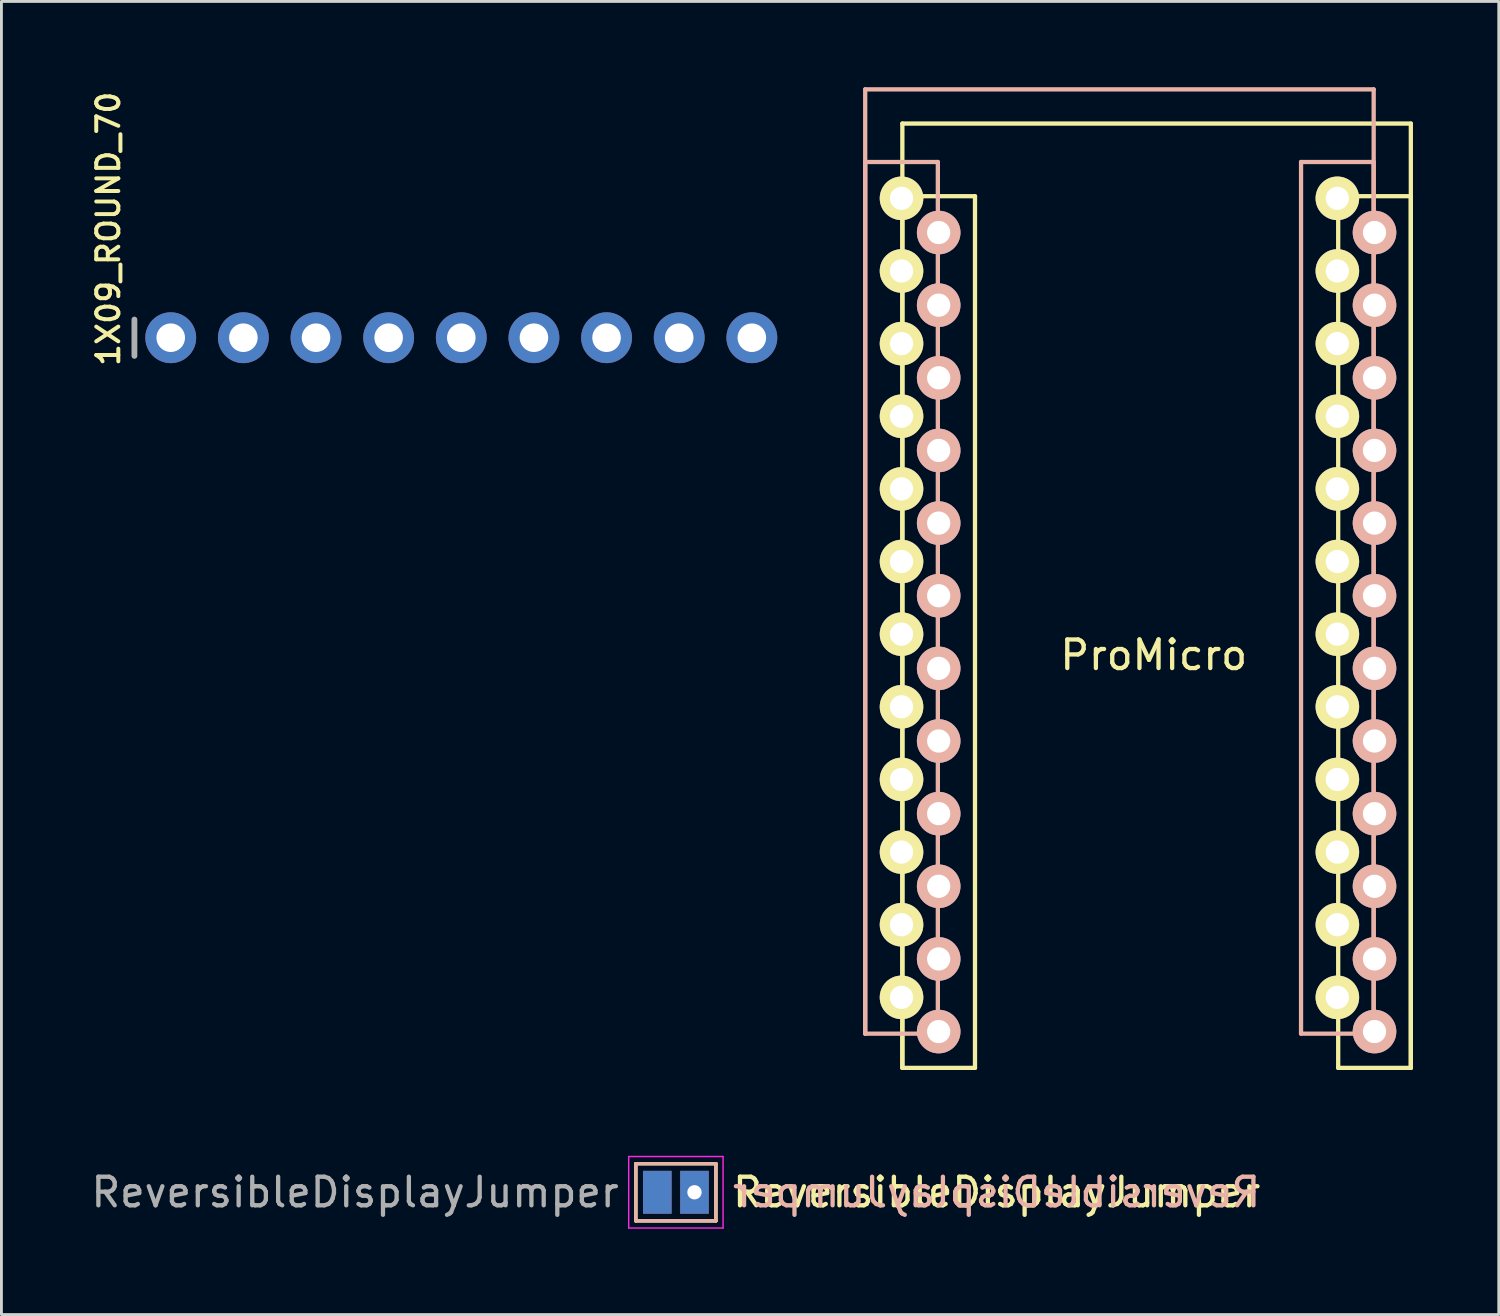
<source format=kicad_pcb>
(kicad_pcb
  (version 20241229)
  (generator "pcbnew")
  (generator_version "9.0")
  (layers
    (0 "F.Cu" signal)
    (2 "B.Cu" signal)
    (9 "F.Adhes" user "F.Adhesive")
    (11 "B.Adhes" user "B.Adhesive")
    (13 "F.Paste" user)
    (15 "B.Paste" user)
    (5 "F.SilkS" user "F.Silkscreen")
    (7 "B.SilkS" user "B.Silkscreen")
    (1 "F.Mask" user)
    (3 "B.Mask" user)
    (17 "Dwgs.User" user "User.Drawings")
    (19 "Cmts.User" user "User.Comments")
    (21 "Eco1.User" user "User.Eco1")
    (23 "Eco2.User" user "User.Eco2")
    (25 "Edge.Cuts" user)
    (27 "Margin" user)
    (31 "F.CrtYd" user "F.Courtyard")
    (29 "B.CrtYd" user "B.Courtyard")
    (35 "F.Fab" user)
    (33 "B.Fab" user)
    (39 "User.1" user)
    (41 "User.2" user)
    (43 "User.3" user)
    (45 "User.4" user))
  (footprint "ReversibleDisplayJumper"
    (layer "F.Cu")
    (at 20.584 38.641)
    (property "Reference" "ReversibleDisplayJumper" (at -1.905 0 0) (layer "F.Fab") (effects (font (size 1 1) (thickness 0.15)) (justify right)))
    (property "Value" "ReversibleDisplayJumper" (at 0 1.9 0) (layer "F.Fab") (hide yes) (effects (font (size 1 1) (thickness 0.15))))
    (attr exclude_from_pos_files exclude_from_bom)
    (fp_line (start -1.4 -1) (end 1.4 -1) (stroke (width 0.12) (type solid)) (layer "F.SilkS"))
    (fp_line (start -1.4 1) (end -1.4 -1) (stroke (width 0.12) (type solid)) (layer "F.SilkS"))
    (fp_line (start 1.4 -1) (end 1.4 1) (stroke (width 0.12) (type solid)) (layer "F.SilkS"))
    (fp_line (start 1.4 1) (end -1.4 1) (stroke (width 0.12) (type solid)) (layer "F.SilkS"))
    (fp_line (start -1.4 -1) (end -1.4 1) (stroke (width 0.12) (type solid)) (layer "B.SilkS"))
    (fp_line (start -1.4 1) (end 1.4 1) (stroke (width 0.12) (type solid)) (layer "B.SilkS"))
    (fp_line (start 1.4 -1) (end -1.4 -1) (stroke (width 0.12) (type solid)) (layer "B.SilkS"))
    (fp_line (start 1.4 1) (end 1.4 -1) (stroke (width 0.12) (type solid)) (layer "B.SilkS"))
    (fp_line (start -1.65 -1.25) (end -1.65 1.25) (stroke (width 0.05) (type solid)) (layer "F.CrtYd"))
    (fp_line (start -1.65 -1.25) (end 1.65 -1.25) (stroke (width 0.05) (type solid)) (layer "F.CrtYd"))
    (fp_line (start 1.65 1.25) (end -1.65 1.25) (stroke (width 0.05) (type solid)) (layer "F.CrtYd"))
    (fp_line (start 1.65 1.25) (end 1.65 -1.25) (stroke (width 0.05) (type solid)) (layer "F.CrtYd"))
    (fp_text user "${VALUE}" (at 1.905 0 0) (layer "F.SilkS") (effects (font (size 1 1) (thickness 0.15)) (justify left)))
    (fp_text user "${VALUE}" (at 1.905 0 0) (layer "B.SilkS") (effects (font (size 1 1) (thickness 0.15)) (justify right mirror)))
    (pad "1" smd rect (at -0.65 0) (size 1 1.5) (layers "F.Cu" "F.Mask"))
    (pad "2" thru_hole rect (at 0.65 0) (size 1 1.5) (drill 0.5) (layers "*.Cu" "*.Mask"))
    (pad "3" smd rect (at -0.65 0) (size 1 1.5) (layers "B.Cu" "B.Mask")))
  (footprint "1X09_ROUND_70"
    (layer "F.Cu")
    (at 13.08 8.759)
    (property "Reference" "1X09_ROUND_70" (at -11.891 1.063 90) (layer "F.SilkS") (effects (font (size 0.772 0.772) (thickness 0.139)) (justify left bottom)))
    (attr through_hole)
    (fp_line (start -11.43 -0.635) (end -11.43 0.635) (stroke (width 0.203) (type solid)) (layer "F.Fab"))
    (fp_poly (pts (xy -10.414 0.254) (xy -9.906 0.254) (xy -9.906 -0.254) (xy -10.414 -0.254)) (stroke (width 0.1) (type solid)) (fill no) (layer "F.Fab"))
    (fp_poly (pts (xy -7.874 0.254) (xy -7.366 0.254) (xy -7.366 -0.254) (xy -7.874 -0.254)) (stroke (width 0.1) (type solid)) (fill no) (layer "F.Fab"))
    (fp_poly (pts (xy -5.334 0.254) (xy -4.826 0.254) (xy -4.826 -0.254) (xy -5.334 -0.254)) (stroke (width 0.1) (type solid)) (fill no) (layer "F.Fab"))
    (fp_poly (pts (xy -2.794 0.254) (xy -2.286 0.254) (xy -2.286 -0.254) (xy -2.794 -0.254)) (stroke (width 0.1) (type solid)) (fill no) (layer "F.Fab"))
    (fp_poly (pts (xy -0.254 0.254) (xy 0.254 0.254) (xy 0.254 -0.254) (xy -0.254 -0.254)) (stroke (width 0.1) (type solid)) (fill no) (layer "F.Fab"))
    (fp_poly (pts (xy 2.286 0.254) (xy 2.794 0.254) (xy 2.794 -0.254) (xy 2.286 -0.254)) (stroke (width 0.1) (type solid)) (fill no) (layer "F.Fab"))
    (fp_poly (pts (xy 4.826 0.254) (xy 5.334 0.254) (xy 5.334 -0.254) (xy 4.826 -0.254)) (stroke (width 0.1) (type solid)) (fill no) (layer "F.Fab"))
    (fp_poly (pts (xy 7.366 0.254) (xy 7.874 0.254) (xy 7.874 -0.254) (xy 7.366 -0.254)) (stroke (width 0.1) (type solid)) (fill no) (layer "F.Fab"))
    (fp_poly (pts (xy 9.906 0.254) (xy 10.414 0.254) (xy 10.414 -0.254) (xy 9.906 -0.254)) (stroke (width 0.1) (type solid)) (fill no) (layer "F.Fab"))
    (pad "1" thru_hole circle (at -10.16 0 90) (size 1.778 1.778) (drill 1) (layers "*.Cu" "*.Mask"))
    (pad "2" thru_hole circle (at -7.62 0 90) (size 1.778 1.778) (drill 1) (layers "*.Cu" "*.Mask"))
    (pad "3" thru_hole circle (at -5.08 0 90) (size 1.778 1.778) (drill 1) (layers "*.Cu" "*.Mask"))
    (pad "4" thru_hole circle (at -2.54 0 90) (size 1.778 1.778) (drill 1) (layers "*.Cu" "*.Mask"))
    (pad "5" thru_hole circle (at 0 0 90) (size 1.778 1.778) (drill 1) (layers "*.Cu" "*.Mask"))
    (pad "6" thru_hole circle (at 2.54 0 90) (size 1.778 1.778) (drill 1) (layers "*.Cu" "*.Mask"))
    (pad "7" thru_hole circle (at 5.08 0 90) (size 1.778 1.778) (drill 1) (layers "*.Cu" "*.Mask"))
    (pad "8" thru_hole circle (at 7.62 0 90) (size 1.778 1.778) (drill 1) (layers "*.Cu" "*.Mask"))
    (pad "9" thru_hole circle (at 10.16 0 90) (size 1.778 1.778) (drill 1) (layers "*.Cu" "*.Mask")))
  (footprint "ProMicro"
    (layer "F.Cu")
    (at 37.294 18.655)
    (property "Reference" "ProMicro" (at 0 1.2 0) (layer "F.SilkS") (effects (font (size 1 1) (thickness 0.15))))
    (attr through_hole)
    (fp_line (start -8.791 -17.384) (end -8.791 15.636) (stroke (width 0.15) (type solid)) (layer "F.SilkS"))
    (fp_line (start -8.791 -14.844) (end -8.791 15.636) (stroke (width 0.15) (type solid)) (layer "F.SilkS"))
    (fp_line (start -8.791 15.636) (end -6.251 15.636) (stroke (width 0.15) (type solid)) (layer "F.SilkS"))
    (fp_line (start -6.251 -14.844) (end -8.791 -14.844) (stroke (width 0.15) (type solid)) (layer "F.SilkS"))
    (fp_line (start -6.251 15.636) (end -6.251 -14.844) (stroke (width 0.15) (type solid)) (layer "F.SilkS"))
    (fp_line (start 6.449 -14.844) (end 6.449 15.636) (stroke (width 0.15) (type solid)) (layer "F.SilkS"))
    (fp_line (start 6.449 15.636) (end 8.989 15.636) (stroke (width 0.15) (type solid)) (layer "F.SilkS"))
    (fp_line (start 8.989 -17.384) (end -8.791 -17.384) (stroke (width 0.15) (type solid)) (layer "F.SilkS"))
    (fp_line (start 8.989 -14.844) (end 6.449 -14.844) (stroke (width 0.15) (type solid)) (layer "F.SilkS"))
    (fp_line (start 8.989 15.636) (end 8.989 -17.384) (stroke (width 0.15) (type solid)) (layer "F.SilkS"))
    (fp_line (start 8.989 15.636) (end 8.989 -14.844) (stroke (width 0.15) (type solid)) (layer "F.SilkS"))
    (fp_line (start -10.09 -18.58) (end 7.69 -18.58) (stroke (width 0.15) (type solid)) (layer "B.SilkS"))
    (fp_line (start -10.09 -16.04) (end -7.55 -16.04) (stroke (width 0.15) (type solid)) (layer "B.SilkS"))
    (fp_line (start -10.09 14.44) (end -10.09 -18.58) (stroke (width 0.15) (type solid)) (layer "B.SilkS"))
    (fp_line (start -10.09 14.44) (end -10.09 -16.04) (stroke (width 0.15) (type solid)) (layer "B.SilkS"))
    (fp_line (start -7.55 -16.04) (end -7.55 14.44) (stroke (width 0.15) (type solid)) (layer "B.SilkS"))
    (fp_line (start -7.55 14.44) (end -10.09 14.44) (stroke (width 0.15) (type solid)) (layer "B.SilkS"))
    (fp_line (start 5.15 -16.04) (end 7.69 -16.04) (stroke (width 0.15) (type solid)) (layer "B.SilkS"))
    (fp_line (start 5.15 14.44) (end 5.15 -16.04) (stroke (width 0.15) (type solid)) (layer "B.SilkS"))
    (fp_line (start 7.69 -18.58) (end 7.69 14.44) (stroke (width 0.15) (type solid)) (layer "B.SilkS"))
    (fp_line (start 7.69 -16.04) (end 7.69 14.44) (stroke (width 0.15) (type solid)) (layer "B.SilkS"))
    (fp_line (start 7.69 14.44) (end 5.15 14.44) (stroke (width 0.15) (type solid)) (layer "B.SilkS"))
    (pad "1" thru_hole circle (at -7.521 -13.574 180) (size 1.524 1.524) (drill 0.813) (layers "*.Cu" "*.Mask" "B.SilkS"))
    (pad "1" thru_hole circle (at 6.42 -14.77) (size 1.524 1.524) (drill 0.813) (layers "*.Cu" "*.Mask" "F.SilkS"))
    (pad "2" thru_hole circle (at -7.521 -11.034 180) (size 1.524 1.524) (drill 0.813) (layers "*.Cu" "*.Mask" "B.SilkS"))
    (pad "2" thru_hole circle (at 6.42 -12.23) (size 1.524 1.524) (drill 0.813) (layers "*.Cu" "*.Mask" "F.SilkS"))
    (pad "3" thru_hole circle (at -7.521 -8.494 180) (size 1.524 1.524) (drill 0.813) (layers "*.Cu" "*.Mask" "B.SilkS"))
    (pad "3" thru_hole circle (at 6.42 -9.69) (size 1.524 1.524) (drill 0.813) (layers "*.Cu" "*.Mask" "F.SilkS"))
    (pad "4" thru_hole circle (at -7.521 -5.954 180) (size 1.524 1.524) (drill 0.813) (layers "*.Cu" "*.Mask" "B.SilkS"))
    (pad "4" thru_hole circle (at 6.42 -7.15) (size 1.524 1.524) (drill 0.813) (layers "*.Cu" "*.Mask" "F.SilkS"))
    (pad "5" thru_hole circle (at -7.521 -3.414 180) (size 1.524 1.524) (drill 0.813) (layers "*.Cu" "*.Mask" "B.SilkS"))
    (pad "5" thru_hole circle (at 6.42 -4.61) (size 1.524 1.524) (drill 0.813) (layers "*.Cu" "*.Mask" "F.SilkS"))
    (pad "6" thru_hole circle (at -7.521 -0.874 180) (size 1.524 1.524) (drill 0.813) (layers "*.Cu" "*.Mask" "B.SilkS"))
    (pad "6" thru_hole circle (at 6.42 -2.07) (size 1.524 1.524) (drill 0.813) (layers "*.Cu" "*.Mask" "F.SilkS"))
    (pad "7" thru_hole circle (at -7.521 1.666 180) (size 1.524 1.524) (drill 0.813) (layers "*.Cu" "*.Mask" "B.SilkS"))
    (pad "7" thru_hole circle (at 6.42 0.47) (size 1.524 1.524) (drill 0.813) (layers "*.Cu" "*.Mask" "F.SilkS"))
    (pad "8" thru_hole circle (at -7.521 4.206 180) (size 1.524 1.524) (drill 0.813) (layers "*.Cu" "*.Mask" "B.SilkS"))
    (pad "8" thru_hole circle (at 6.42 3.01) (size 1.524 1.524) (drill 0.813) (layers "*.Cu" "*.Mask" "F.SilkS"))
    (pad "9" thru_hole circle (at -7.521 6.746 180) (size 1.524 1.524) (drill 0.813) (layers "*.Cu" "*.Mask" "B.SilkS"))
    (pad "9" thru_hole circle (at 6.42 5.55) (size 1.524 1.524) (drill 0.813) (layers "*.Cu" "*.Mask" "F.SilkS"))
    (pad "10" thru_hole circle (at -7.521 9.286 180) (size 1.524 1.524) (drill 0.813) (layers "*.Cu" "*.Mask" "B.SilkS"))
    (pad "10" thru_hole circle (at 6.42 8.09) (size 1.524 1.524) (drill 0.813) (layers "*.Cu" "*.Mask" "F.SilkS"))
    (pad "11" thru_hole circle (at -7.521 11.826 180) (size 1.524 1.524) (drill 0.813) (layers "*.Cu" "*.Mask" "B.SilkS"))
    (pad "11" thru_hole circle (at 6.42 10.63) (size 1.524 1.524) (drill 0.813) (layers "*.Cu" "*.Mask" "F.SilkS"))
    (pad "12" thru_hole circle (at -7.521 14.366 180) (size 1.524 1.524) (drill 0.813) (layers "*.Cu" "*.Mask" "B.SilkS"))
    (pad "12" thru_hole circle (at 6.42 13.17) (size 1.524 1.524) (drill 0.813) (layers "*.Cu" "*.Mask" "F.SilkS"))
    (pad "13" thru_hole circle (at -8.82 13.17) (size 1.524 1.524) (drill 0.813) (layers "*.Cu" "*.Mask" "F.SilkS"))
    (pad "13" thru_hole circle (at 7.719 14.366 180) (size 1.524 1.524) (drill 0.813) (layers "*.Cu" "*.Mask" "B.SilkS"))
    (pad "14" thru_hole circle (at -8.82 10.63) (size 1.524 1.524) (drill 0.813) (layers "*.Cu" "*.Mask" "F.SilkS"))
    (pad "14" thru_hole circle (at 7.719 11.826 180) (size 1.524 1.524) (drill 0.813) (layers "*.Cu" "*.Mask" "B.SilkS"))
    (pad "15" thru_hole circle (at -8.82 8.09) (size 1.524 1.524) (drill 0.813) (layers "*.Cu" "*.Mask" "F.SilkS"))
    (pad "15" thru_hole circle (at 7.719 9.286 180) (size 1.524 1.524) (drill 0.813) (layers "*.Cu" "*.Mask" "B.SilkS"))
    (pad "16" thru_hole circle (at -8.82 5.55) (size 1.524 1.524) (drill 0.813) (layers "*.Cu" "*.Mask" "F.SilkS"))
    (pad "16" thru_hole circle (at 7.719 6.746 180) (size 1.524 1.524) (drill 0.813) (layers "*.Cu" "*.Mask" "B.SilkS"))
    (pad "17" thru_hole circle (at -8.82 3.01) (size 1.524 1.524) (drill 0.813) (layers "*.Cu" "*.Mask" "F.SilkS"))
    (pad "17" thru_hole circle (at 7.719 4.206 180) (size 1.524 1.524) (drill 0.813) (layers "*.Cu" "*.Mask" "B.SilkS"))
    (pad "18" thru_hole circle (at -8.82 0.47) (size 1.524 1.524) (drill 0.813) (layers "*.Cu" "*.Mask" "F.SilkS"))
    (pad "18" thru_hole circle (at 7.719 1.666 180) (size 1.524 1.524) (drill 0.813) (layers "*.Cu" "*.Mask" "B.SilkS"))
    (pad "19" thru_hole circle (at -8.82 -2.07) (size 1.524 1.524) (drill 0.813) (layers "*.Cu" "*.Mask" "F.SilkS"))
    (pad "19" thru_hole circle (at 7.719 -0.874 180) (size 1.524 1.524) (drill 0.813) (layers "*.Cu" "*.Mask" "B.SilkS"))
    (pad "20" thru_hole circle (at -8.82 -4.61) (size 1.524 1.524) (drill 0.813) (layers "*.Cu" "*.Mask" "F.SilkS"))
    (pad "20" thru_hole circle (at 7.719 -3.414 180) (size 1.524 1.524) (drill 0.813) (layers "*.Cu" "*.Mask" "B.SilkS"))
    (pad "21" thru_hole circle (at -8.82 -7.15) (size 1.524 1.524) (drill 0.813) (layers "*.Cu" "*.Mask" "F.SilkS"))
    (pad "21" thru_hole circle (at 7.719 -5.954 180) (size 1.524 1.524) (drill 0.813) (layers "*.Cu" "*.Mask" "B.SilkS"))
    (pad "22" thru_hole circle (at -8.82 -9.69) (size 1.524 1.524) (drill 0.813) (layers "*.Cu" "*.Mask" "F.SilkS"))
    (pad "22" thru_hole circle (at 7.719 -8.494 180) (size 1.524 1.524) (drill 0.813) (layers "*.Cu" "*.Mask" "B.SilkS"))
    (pad "23" thru_hole circle (at -8.82 -12.23) (size 1.524 1.524) (drill 0.813) (layers "*.Cu" "*.Mask" "F.SilkS"))
    (pad "23" thru_hole circle (at 7.719 -11.034 180) (size 1.524 1.524) (drill 0.813) (layers "*.Cu" "*.Mask" "B.SilkS"))
    (pad "24" thru_hole circle (at -8.82 -14.77) (size 1.524 1.524) (drill 0.813) (layers "*.Cu" "*.Mask" "F.SilkS"))
    (pad "24" thru_hole circle (at 7.719 -13.574 180) (size 1.524 1.524) (drill 0.813) (layers "*.Cu" "*.Mask" "B.SilkS")))
  (gr_rect
    (start -3 -3)
    (end 49.358 42.916)
    (stroke (width 0.1) (type default))
    (fill no)
    (layer "Edge.Cuts")))
</source>
